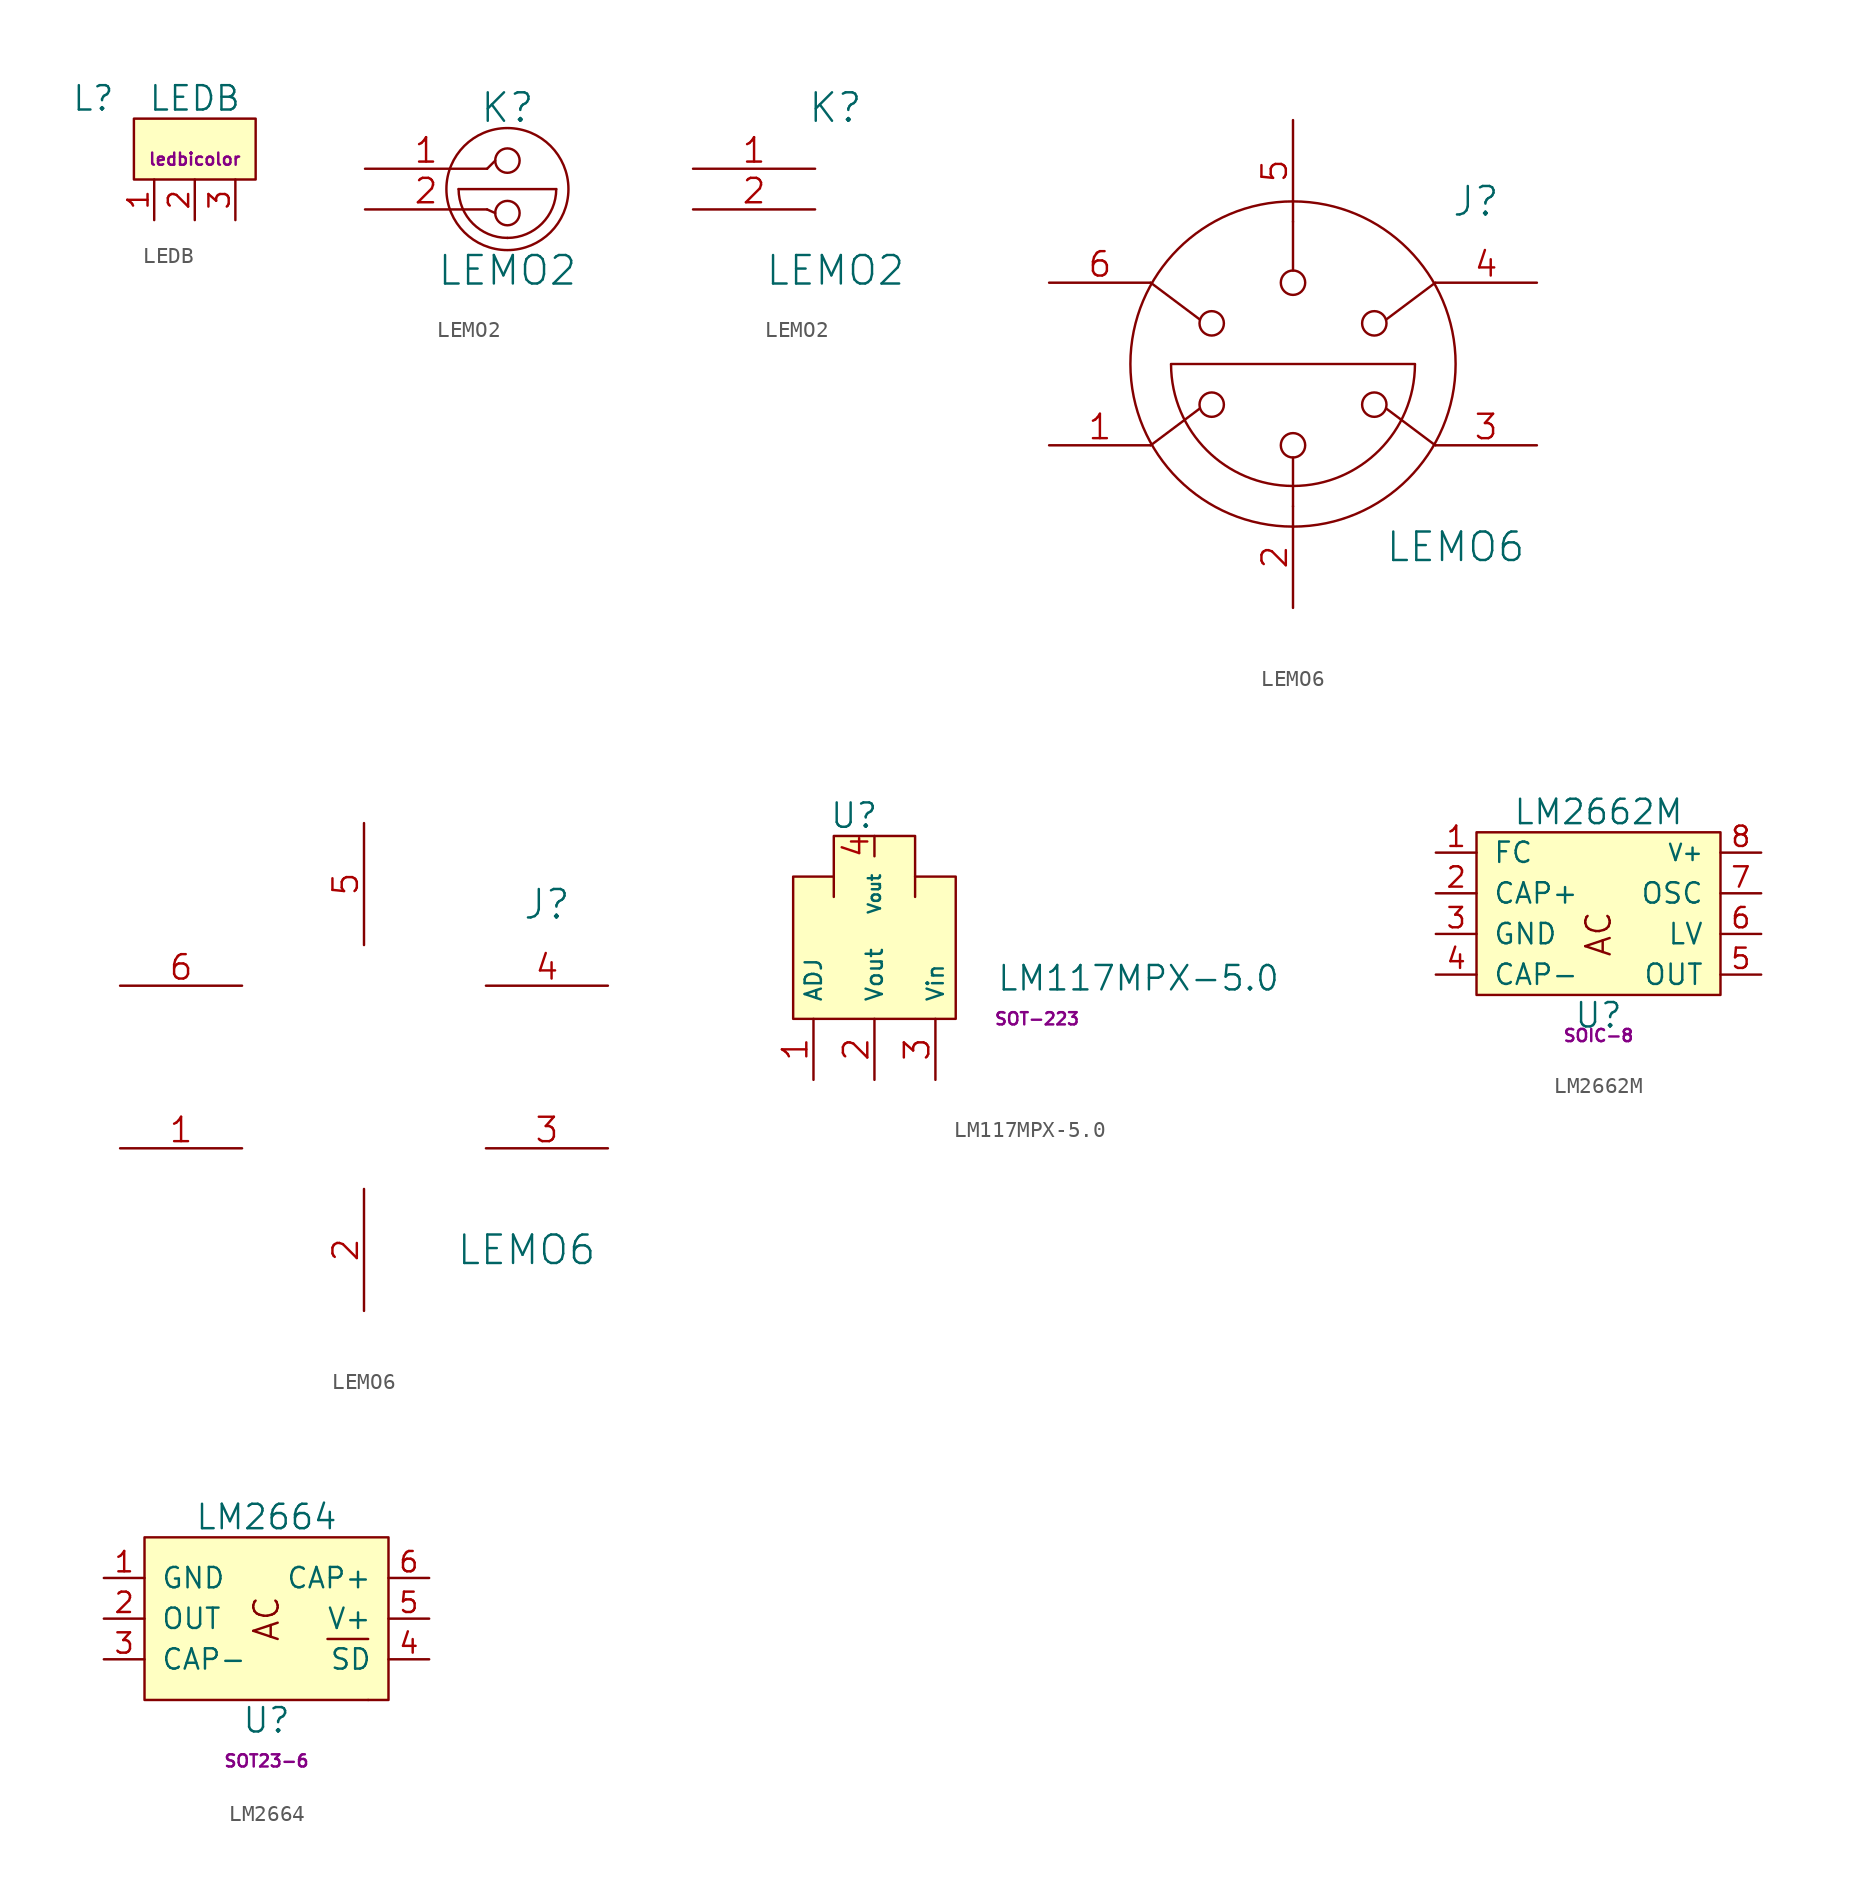
<source format=kicad_sym>
(kicad_symbol_lib
  (version 20220914)
  (generator kicad_symbol_editor)
  (symbol "LEDB"
    (pin_names
      (offset 1.016) hide)
    (property "Reference" "L"
      (at -6.35 7.62 0)
      (effects (font (size 1.524 1.524))))
    (property "Value" "LEDB"
      (at 0 7.62 0)
      (effects (font (size 1.524 1.524))))
    (property "Footprint" "ledbicolor"
      (at 0 3.81 0)
      (effects (font (size 0.762 0.762))))
    (property "Datasheet" ""
      (at 0 0 0)
      (effects (font (size 1.524 1.524))))
    (symbol "LEDB_0_1"
      (rectangle (start -3.81 6.35) (end 3.81 2.54) (stroke (width 0) (type default)) (fill (type background))))
    (symbol "LEDB_1_1"
      (pin input line (at -2.54 0 90) (length 2.54) (name "~" (effects (font (size 1.27 1.27)))) (number "1" (effects (font (size 1.27 1.27)))))
      (pin input line (at 0 0 90) (length 2.54) (name "~" (effects (font (size 1.27 1.27)))) (number "2" (effects (font (size 1.27 1.27)))))
      (pin input line (at 2.54 0 90) (length 2.54) (name "~" (effects (font (size 1.27 1.27)))) (number "3" (effects (font (size 1.27 1.27)))))))
  (symbol "LEMO2"
    (pin_names
      (offset 1.016) hide)
    (property "Reference" "K"
      (at 0 5.08 0)
      (effects (font (size 1.778 1.778))))
    (property "Value" "LEMO2"
      (at 0 -5.08 0)
      (effects (font (size 1.778 1.778))))
    (property "Footprint" ""
      (at 0 0 0)
      (effects (font (size 1.524 1.524))))
    (property "Datasheet" ""
      (at 0 0 0)
      (effects (font (size 1.524 1.524))))
    (symbol "LEMO2_0_1"
      (arc (start -3.048 0) (mid -2.1553 -2.1553) (end 0 -3.048) (stroke (width 0) (type default)) (fill (type none)))
      (arc (start 0 -3.048) (mid 2.1553 -2.1553) (end 3.048 0) (stroke (width 0) (type default)) (fill (type none)))
      (circle (center 0 -1.499) (radius 0.762) (stroke (width 0) (type default)) (fill (type none)))
      (polyline (pts (xy -3.048 0) (xy 3.048 0)) (stroke (width 0) (type default)) (fill (type none)))
      (polyline (pts (xy -1.27 1.27) (xy -0.762 1.778)) (stroke (width 0) (type default)) (fill (type none)))
      (polyline (pts (xy -0.762 -1.499) (xy -1.27 -1.27)) (stroke (width 0) (type default)) (fill (type none)))
      (circle (center 0 0) (radius 3.81) (stroke (width 0) (type default)) (fill (type none)))
      (circle (center 0 1.778) (radius 0.762) (stroke (width 0) (type default)) (fill (type none))))
    (symbol "LEMO2_1_1"
      (pin bidirectional line (at -8.89 1.27 0) (length 7.62) (name "~" (effects (font (size 1.524 1.524)))) (number "1" (effects (font (size 1.524 1.524)))))
      (pin bidirectional line (at -8.89 -1.27 0) (length 7.62) (name "~" (effects (font (size 1.524 1.524)))) (number "2" (effects (font (size 1.524 1.524))))))
    (symbol "LEMO2_1_2"
      (pin bidirectional line (at -8.89 1.27 0) (length 7.62) (name "~" (effects (font (size 1.524 1.524)))) (number "1" (effects (font (size 1.524 1.524)))))
      (pin bidirectional line (at -8.89 -1.27 0) (length 7.62) (name "~" (effects (font (size 1.524 1.524)))) (number "2" (effects (font (size 1.524 1.524)))))))
  (symbol "LEMO6"
    (pin_names
      (offset 1.016) hide)
    (property "Reference" "J"
      (at 11.43 10.16 0)
      (effects (font (size 1.778 1.778))))
    (property "Value" "LEMO6"
      (at 10.16 -11.43 0)
      (effects (font (size 1.778 1.778))))
    (property "Footprint" ""
      (at 0 0 0)
      (effects (font (size 1.524 1.524))))
    (property "Datasheet" ""
      (at 0 0 0)
      (effects (font (size 1.524 1.524))))
    (symbol "LEMO6_0_1"
      (arc (start -7.62 -0.0254) (mid -5.3882 -5.3882) (end -0.0254 -7.62) (stroke (width 0) (type default)) (fill (type none)))
      (circle (center -5.08 -2.54) (radius 0.762) (stroke (width 0) (type default)) (fill (type none)))
      (circle (center -5.08 2.54) (radius 0.762) (stroke (width 0) (type default)) (fill (type none)))
      (circle (center 0 -5.08) (radius 0.762) (stroke (width 0) (type default)) (fill (type none)))
      (polyline (pts (xy -8.89 -5.08) (xy -5.842 -2.794)) (stroke (width 0) (type default)) (fill (type none)))
      (polyline (pts (xy -8.89 5.08) (xy -5.842 2.794)) (stroke (width 0) (type default)) (fill (type none)))
      (polyline (pts (xy -7.62 0) (xy 7.62 0)) (stroke (width 0) (type default)) (fill (type none)))
      (polyline (pts (xy 0 -8.89) (xy 0 -5.842)) (stroke (width 0) (type default)) (fill (type none)))
      (polyline (pts (xy 0 8.89) (xy 0 5.842)) (stroke (width 0) (type default)) (fill (type none)))
      (polyline (pts (xy 8.89 -5.08) (xy 5.842 -2.794)) (stroke (width 0) (type default)) (fill (type none)))
      (polyline (pts (xy 8.89 5.08) (xy 5.842 2.794)) (stroke (width 0) (type default)) (fill (type none)))
      (circle (center 0 0) (radius 10.16) (stroke (width 0) (type default)) (fill (type none)))
      (circle (center 0 5.08) (radius 0.762) (stroke (width 0) (type default)) (fill (type none)))
      (arc (start 0.0254 -7.62) (mid 5.3882 -5.3882) (end 7.62 -0.0254) (stroke (width 0) (type default)) (fill (type none)))
      (circle (center 5.08 -2.54) (radius 0.762) (stroke (width 0) (type default)) (fill (type none)))
      (circle (center 5.08 2.54) (radius 0.762) (stroke (width 0) (type default)) (fill (type none))))
    (symbol "LEMO6_1_1"
      (pin passive line (at -15.24 -5.08 0) (length 6.35) (name "~" (effects (font (size 1.524 1.524)))) (number "1" (effects (font (size 1.524 1.524)))))
      (pin passive line (at 0 -15.24 90) (length 6.35) (name "~" (effects (font (size 1.524 1.524)))) (number "2" (effects (font (size 1.524 1.524)))))
      (pin passive line (at 15.24 -5.08 180) (length 6.35) (name "~" (effects (font (size 1.524 1.524)))) (number "3" (effects (font (size 1.524 1.524)))))
      (pin passive line (at 15.24 5.08 180) (length 6.35) (name "~" (effects (font (size 1.524 1.524)))) (number "4" (effects (font (size 1.524 1.524)))))
      (pin passive line (at 0 15.24 270) (length 6.35) (name "~" (effects (font (size 1.524 1.524)))) (number "5" (effects (font (size 1.524 1.524)))))
      (pin passive line (at -15.24 5.08 0) (length 6.35) (name "~" (effects (font (size 1.524 1.524)))) (number "6" (effects (font (size 1.524 1.524))))))
    (symbol "LEMO6_1_2"
      (pin passive line (at -15.24 -5.08 0) (length 7.62) (name "~" (effects (font (size 1.524 1.524)))) (number "1" (effects (font (size 1.524 1.524)))))
      (pin passive line (at 0 -15.24 90) (length 7.62) (name "~" (effects (font (size 1.524 1.524)))) (number "2" (effects (font (size 1.524 1.524)))))
      (pin passive line (at 15.24 -5.08 180) (length 7.62) (name "~" (effects (font (size 1.524 1.524)))) (number "3" (effects (font (size 1.524 1.524)))))
      (pin passive line (at 15.24 5.08 180) (length 7.62) (name "~" (effects (font (size 1.524 1.524)))) (number "4" (effects (font (size 1.524 1.524)))))
      (pin passive line (at 0 15.24 270) (length 7.62) (name "~" (effects (font (size 1.524 1.524)))) (number "5" (effects (font (size 1.524 1.524)))))
      (pin passive line (at -15.24 5.08 0) (length 7.62) (name "~" (effects (font (size 1.524 1.524)))) (number "6" (effects (font (size 1.524 1.524)))))))
  (symbol "LM117MPX-5.0"
    (pin_names
      (offset 1.016))
    (property "Reference" "U"
      (at -1.27 7.62 0)
      (effects (font (size 1.524 1.524))))
    (property "Value" "LM117MPX-5.0"
      (at 7.62 -2.54 0)
      (effects (font (size 1.524 1.524)) (justify left)))
    (property "Footprint" "SOT-223"
      (at 10.16 -5.08 0)
      (effects (font (size 0.762 0.762))))
    (property "Datasheet" ""
      (at 0 0 0)
      (effects (font (size 1.524 1.524))))
    (symbol "LM117MPX-5.0_0_1"
      (polyline (pts (xy -2.54 2.54) (xy -2.54 6.35) (xy 2.54 6.35) (xy 2.54 2.54) (xy 2.54 2.54)) (stroke (width 0) (type default)) (fill (type background)))
      (polyline (pts (xy -2.54 3.81) (xy -5.08 3.81) (xy -5.08 -5.08) (xy 5.08 -5.08) (xy 5.08 3.81) (xy 2.54 3.81) (xy 2.54 3.81)) (stroke (width 0) (type default)) (fill (type background))))
    (symbol "LM117MPX-5.0_1_1"
      (pin input line (at -3.81 -8.89 90) (length 3.81) (name "ADJ" (effects (font (size 1.016 1.016)))) (number "1" (effects (font (size 1.524 1.524)))))
      (pin input line (at 0 -8.89 90) (length 3.81) (name "Vout" (effects (font (size 1.016 1.016)))) (number "2" (effects (font (size 1.524 1.524)))))
      (pin power_out line (at 3.81 -8.89 90) (length 3.81) (name "Vin" (effects (font (size 1.016 1.016)))) (number "3" (effects (font (size 1.524 1.524)))))
      (pin power_out line (at 0 6.35 270) (length 1.27) (name "Vout" (effects (font (size 0.762 0.762)))) (number "4" (effects (font (size 1.524 1.524)))))))
  (symbol "LM2662M"
    (pin_names
      (offset 1.016))
    (property "Reference" "U"
      (at 0 -6.35 0)
      (effects (font (size 1.524 1.524))))
    (property "Value" "LM2662M"
      (at 0 6.35 0)
      (effects (font (size 1.524 1.524))))
    (property "Footprint" "SOIC-8"
      (at 0 -7.62 0)
      (effects (font (size 0.762 0.762))))
    (property "Datasheet" ""
      (at 0 0 0)
      (effects (font (size 1.524 1.524))))
    (symbol "LM2662M_0_0"
      (text "AC" (at 0 -1.27 900) (effects (font (size 1.524 1.524)))))
    (symbol "LM2662M_0_1"
      (rectangle (start -7.62 5.08) (end 7.62 -5.08) (stroke (width 0) (type default)) (fill (type background))))
    (symbol "LM2662M_1_1"
      (pin input line (at -10.16 3.81 0) (length 2.54) (name "FC" (effects (font (size 1.27 1.27)))) (number "1" (effects (font (size 1.27 1.27)))))
      (pin passive line (at -10.16 1.27 0) (length 2.54) (name "CAP+" (effects (font (size 1.27 1.27)))) (number "2" (effects (font (size 1.27 1.27)))))
      (pin input line (at -10.16 -1.27 0) (length 2.54) (name "GND" (effects (font (size 1.27 1.27)))) (number "3" (effects (font (size 1.27 1.27)))))
      (pin input line (at -10.16 -3.81 0) (length 2.54) (name "CAP-" (effects (font (size 1.27 1.27)))) (number "4" (effects (font (size 1.27 1.27)))))
      (pin input line (at 10.16 -3.81 180) (length 2.54) (name "OUT" (effects (font (size 1.27 1.27)))) (number "5" (effects (font (size 1.27 1.27)))))
      (pin input line (at 10.16 -1.27 180) (length 2.54) (name "LV" (effects (font (size 1.27 1.27)))) (number "6" (effects (font (size 1.27 1.27)))))
      (pin input line (at 10.16 1.27 180) (length 2.54) (name "OSC" (effects (font (size 1.27 1.27)))) (number "7" (effects (font (size 1.27 1.27)))))
      (pin input line (at 10.16 3.81 180) (length 2.54) (name "V+" (effects (font (size 1.016 1.016)))) (number "8" (effects (font (size 1.27 1.27)))))))
  (symbol "LM2664"
    (pin_names
      (offset 1.016))
    (property "Reference" "U"
      (at 0 -6.35 0)
      (effects (font (size 1.524 1.524))))
    (property "Value" "LM2664"
      (at 0 6.35 0)
      (effects (font (size 1.524 1.524))))
    (property "Footprint" "SOT23-6"
      (at 0 -8.89 0)
      (effects (font (size 0.762 0.762))))
    (property "Datasheet" ""
      (at 0 0 0)
      (effects (font (size 1.524 1.524))))
    (symbol "LM2664_0_0"
      (text "AC" (at 0 0 900) (effects (font (size 1.524 1.524)))))
    (symbol "LM2664_0_1"
      (rectangle (start -7.62 5.08) (end 7.62 -5.08) (stroke (width 0) (type default)) (fill (type background)))
      (polyline (pts (xy 3.81 -1.27) (xy 6.35 -1.27) (xy 6.35 -1.27)) (stroke (width 0) (type default)) (fill (type none)))
      (rectangle (start 6.35 -5.08) (end 6.35 -5.08) (stroke (width 0) (type default)) (fill (type none))))
    (symbol "LM2664_1_1"
      (pin bidirectional line (at -10.16 2.54 0) (length 2.54) (name "GND" (effects (font (size 1.27 1.27)))) (number "1" (effects (font (size 1.27 1.27)))))
      (pin output line (at -10.16 0 0) (length 2.54) (name "OUT" (effects (font (size 1.27 1.27)))) (number "2" (effects (font (size 1.27 1.27)))))
      (pin bidirectional line (at -10.16 -2.54 0) (length 2.54) (name "CAP-" (effects (font (size 1.27 1.27)))) (number "3" (effects (font (size 1.27 1.27)))))
      (pin input line (at 10.16 -2.54 180) (length 2.54) (name "SD" (effects (font (size 1.27 1.27)))) (number "4" (effects (font (size 1.27 1.27)))))
      (pin input line (at 10.16 0 180) (length 2.54) (name "V+" (effects (font (size 1.27 1.27)))) (number "5" (effects (font (size 1.27 1.27)))))
      (pin bidirectional line (at 10.16 2.54 180) (length 2.54) (name "CAP+" (effects (font (size 1.27 1.27)))) (number "6" (effects (font (size 1.27 1.27))))))))
</source>
